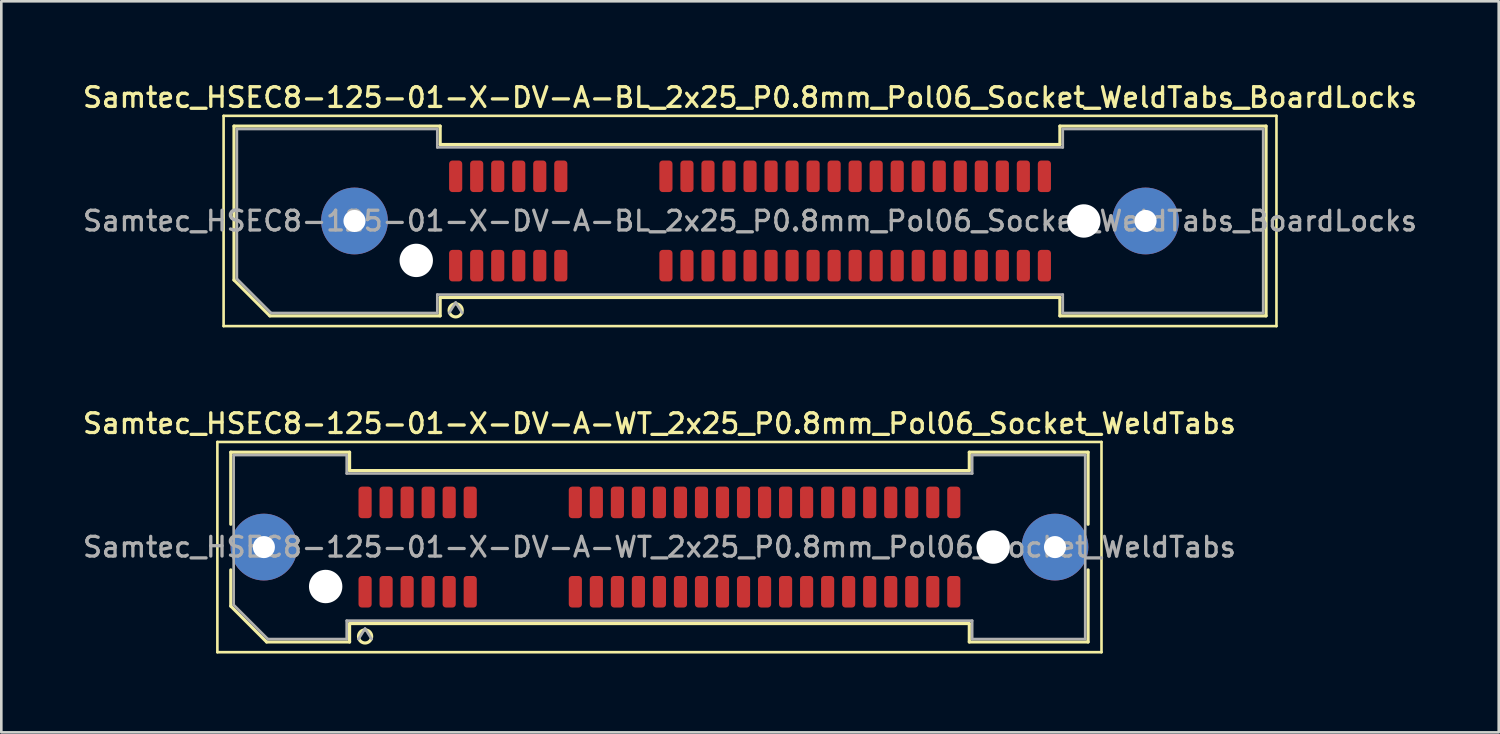
<source format=kicad_pcb>
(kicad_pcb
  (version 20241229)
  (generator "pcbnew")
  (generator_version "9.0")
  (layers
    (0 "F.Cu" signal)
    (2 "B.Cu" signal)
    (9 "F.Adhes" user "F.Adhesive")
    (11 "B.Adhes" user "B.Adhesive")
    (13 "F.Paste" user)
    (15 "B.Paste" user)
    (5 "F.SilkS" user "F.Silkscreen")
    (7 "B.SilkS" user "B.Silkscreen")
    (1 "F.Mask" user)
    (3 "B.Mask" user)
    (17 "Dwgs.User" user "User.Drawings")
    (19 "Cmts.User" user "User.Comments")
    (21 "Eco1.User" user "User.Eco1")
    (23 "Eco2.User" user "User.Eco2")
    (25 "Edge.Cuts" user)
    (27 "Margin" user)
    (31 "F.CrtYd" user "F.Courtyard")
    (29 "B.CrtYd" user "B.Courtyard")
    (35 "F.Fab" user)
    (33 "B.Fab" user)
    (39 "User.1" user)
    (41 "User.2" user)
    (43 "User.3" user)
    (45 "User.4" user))
  (footprint "Samtec_HSEC8-125-01-X-DV-A-BL_2x25_P0.8mm_Pol06_Socket_WeldTabs_BoardLocks"
    (layer "F.Cu")
    (at 25.488 5.358)
    (property "Reference" "Samtec_HSEC8-125-01-X-DV-A-BL_2x25_P0.8mm_Pol06_Socket_WeldTabs_BoardLocks" (at 0 -4.7 0) (layer "F.SilkS") (effects (font (size 0.75 0.75) (thickness 0.125))))
    (attr smd)
    (fp_line (start -20.03 -4) (end -20.03 4) (stroke (width 0.1) (type solid)) (layer "F.SilkS"))
    (fp_line (start -20.03 4) (end 20.03 4) (stroke (width 0.1) (type solid)) (layer "F.SilkS"))
    (fp_line (start -19.635 -3.61) (end -11.79 -3.61) (stroke (width 0.12) (type solid)) (layer "F.SilkS"))
    (fp_line (start -19.635 2.246) (end -19.635 -3.61) (stroke (width 0.12) (type solid)) (layer "F.SilkS"))
    (fp_line (start -18.271 3.61) (end -19.635 2.246) (stroke (width 0.12) (type solid)) (layer "F.SilkS"))
    (fp_line (start -11.79 -3.61) (end -11.79 -2.91) (stroke (width 0.12) (type solid)) (layer "F.SilkS"))
    (fp_line (start -11.79 -2.91) (end 11.79 -2.91) (stroke (width 0.12) (type solid)) (layer "F.SilkS"))
    (fp_line (start -11.79 2.91) (end -11.79 3.61) (stroke (width 0.12) (type solid)) (layer "F.SilkS"))
    (fp_line (start -11.79 3.61) (end -18.271 3.61) (stroke (width 0.12) (type solid)) (layer "F.SilkS"))
    (fp_line (start 11.79 -3.61) (end 19.635 -3.61) (stroke (width 0.12) (type solid)) (layer "F.SilkS"))
    (fp_line (start 11.79 -2.91) (end 11.79 -3.61) (stroke (width 0.12) (type solid)) (layer "F.SilkS"))
    (fp_line (start 11.79 2.91) (end -11.79 2.91) (stroke (width 0.12) (type solid)) (layer "F.SilkS"))
    (fp_line (start 11.79 3.61) (end 11.79 2.91) (stroke (width 0.12) (type solid)) (layer "F.SilkS"))
    (fp_line (start 19.635 -3.61) (end 19.635 3.61) (stroke (width 0.12) (type solid)) (layer "F.SilkS"))
    (fp_line (start 19.635 3.61) (end 11.79 3.61) (stroke (width 0.12) (type solid)) (layer "F.SilkS"))
    (fp_line (start 20.03 -4) (end -20.03 -4) (stroke (width 0.1) (type solid)) (layer "F.SilkS"))
    (fp_line (start 20.03 4) (end 20.03 -4) (stroke (width 0.1) (type solid)) (layer "F.SilkS"))
    (fp_circle (center -11.2 3.4) (end -10.95 3.4) (stroke (width 0.12) (type solid)) (fill no) (layer "F.SilkS"))
    (fp_line (start -19.525 -3.5) (end -11.9 -3.5) (stroke (width 0.1) (type solid)) (layer "F.Fab"))
    (fp_line (start -19.525 2.2) (end -19.525 -3.5) (stroke (width 0.1) (type solid)) (layer "F.Fab"))
    (fp_line (start -18.225 3.5) (end -19.525 2.2) (stroke (width 0.1) (type solid)) (layer "F.Fab"))
    (fp_line (start -11.9 -3.5) (end -11.9 -2.8) (stroke (width 0.1) (type solid)) (layer "F.Fab"))
    (fp_line (start -11.9 -2.8) (end 11.9 -2.8) (stroke (width 0.1) (type solid)) (layer "F.Fab"))
    (fp_line (start -11.9 2.8) (end -11.9 3.5) (stroke (width 0.1) (type solid)) (layer "F.Fab"))
    (fp_line (start -11.9 3.5) (end -18.225 3.5) (stroke (width 0.1) (type solid)) (layer "F.Fab"))
    (fp_line (start -11.2 3.1) (end -11.45 3.5) (stroke (width 0.1) (type solid)) (layer "F.Fab"))
    (fp_line (start -11.2 3.1) (end -10.95 3.5) (stroke (width 0.1) (type solid)) (layer "F.Fab"))
    (fp_line (start 11.9 -3.5) (end 19.525 -3.5) (stroke (width 0.1) (type solid)) (layer "F.Fab"))
    (fp_line (start 11.9 -2.8) (end 11.9 -3.5) (stroke (width 0.1) (type solid)) (layer "F.Fab"))
    (fp_line (start 11.9 2.8) (end -11.9 2.8) (stroke (width 0.1) (type solid)) (layer "F.Fab"))
    (fp_line (start 11.9 3.5) (end 11.9 2.8) (stroke (width 0.1) (type solid)) (layer "F.Fab"))
    (fp_line (start 19.525 -3.5) (end 19.525 3.5) (stroke (width 0.1) (type solid)) (layer "F.Fab"))
    (fp_line (start 19.525 3.5) (end 11.9 3.5) (stroke (width 0.1) (type solid)) (layer "F.Fab"))
    (fp_text user "${REFERENCE}" (at 0 0 0) (layer "F.Fab") (effects (font (size 0.75 0.75) (thickness 0.125))))
    (pad "" thru_hole circle (at -15.05 0) (size 2.54 2.54) (drill 0.84) (layers "*.Cu" "*.Mask" "F.Paste"))
    (pad "" np_thru_hole circle (at -12.7 1.5) (size 1.27 1.27) (drill 1.27) (layers "*.Cu" "*.Mask"))
    (pad "" np_thru_hole circle (at 12.7 0) (size 1.27 1.27) (drill 1.27) (layers "*.Cu" "*.Mask"))
    (pad "" thru_hole circle (at 15.05 0) (size 2.54 2.54) (drill 0.84) (layers "*.Cu" "*.Mask" "F.Paste"))
    (pad "1" smd roundrect (at -11.2 1.7) (size 0.5 1.2) (layers "F.Cu" "F.Mask" "F.Paste") (roundrect_rratio 0.25))
    (pad "2" smd roundrect (at -11.2 -1.7) (size 0.5 1.2) (layers "F.Cu" "F.Mask" "F.Paste") (roundrect_rratio 0.25))
    (pad "3" smd roundrect (at -10.4 1.7) (size 0.5 1.2) (layers "F.Cu" "F.Mask" "F.Paste") (roundrect_rratio 0.25))
    (pad "4" smd roundrect (at -10.4 -1.7) (size 0.5 1.2) (layers "F.Cu" "F.Mask" "F.Paste") (roundrect_rratio 0.25))
    (pad "5" smd roundrect (at -9.6 1.7) (size 0.5 1.2) (layers "F.Cu" "F.Mask" "F.Paste") (roundrect_rratio 0.25))
    (pad "6" smd roundrect (at -9.6 -1.7) (size 0.5 1.2) (layers "F.Cu" "F.Mask" "F.Paste") (roundrect_rratio 0.25))
    (pad "7" smd roundrect (at -8.8 1.7) (size 0.5 1.2) (layers "F.Cu" "F.Mask" "F.Paste") (roundrect_rratio 0.25))
    (pad "8" smd roundrect (at -8.8 -1.7) (size 0.5 1.2) (layers "F.Cu" "F.Mask" "F.Paste") (roundrect_rratio 0.25))
    (pad "9" smd roundrect (at -8 1.7) (size 0.5 1.2) (layers "F.Cu" "F.Mask" "F.Paste") (roundrect_rratio 0.25))
    (pad "10" smd roundrect (at -8 -1.7) (size 0.5 1.2) (layers "F.Cu" "F.Mask" "F.Paste") (roundrect_rratio 0.25))
    (pad "11" smd roundrect (at -7.2 1.7) (size 0.5 1.2) (layers "F.Cu" "F.Mask" "F.Paste") (roundrect_rratio 0.25))
    (pad "12" smd roundrect (at -7.2 -1.7) (size 0.5 1.2) (layers "F.Cu" "F.Mask" "F.Paste") (roundrect_rratio 0.25))
    (pad "13" smd roundrect (at -3.2 1.7) (size 0.5 1.2) (layers "F.Cu" "F.Mask" "F.Paste") (roundrect_rratio 0.25))
    (pad "14" smd roundrect (at -3.2 -1.7) (size 0.5 1.2) (layers "F.Cu" "F.Mask" "F.Paste") (roundrect_rratio 0.25))
    (pad "15" smd roundrect (at -2.4 1.7) (size 0.5 1.2) (layers "F.Cu" "F.Mask" "F.Paste") (roundrect_rratio 0.25))
    (pad "16" smd roundrect (at -2.4 -1.7) (size 0.5 1.2) (layers "F.Cu" "F.Mask" "F.Paste") (roundrect_rratio 0.25))
    (pad "17" smd roundrect (at -1.6 1.7) (size 0.5 1.2) (layers "F.Cu" "F.Mask" "F.Paste") (roundrect_rratio 0.25))
    (pad "18" smd roundrect (at -1.6 -1.7) (size 0.5 1.2) (layers "F.Cu" "F.Mask" "F.Paste") (roundrect_rratio 0.25))
    (pad "19" smd roundrect (at -0.8 1.7) (size 0.5 1.2) (layers "F.Cu" "F.Mask" "F.Paste") (roundrect_rratio 0.25))
    (pad "20" smd roundrect (at -0.8 -1.7) (size 0.5 1.2) (layers "F.Cu" "F.Mask" "F.Paste") (roundrect_rratio 0.25))
    (pad "21" smd roundrect (at 0 1.7) (size 0.5 1.2) (layers "F.Cu" "F.Mask" "F.Paste") (roundrect_rratio 0.25))
    (pad "22" smd roundrect (at 0 -1.7) (size 0.5 1.2) (layers "F.Cu" "F.Mask" "F.Paste") (roundrect_rratio 0.25))
    (pad "23" smd roundrect (at 0.8 1.7) (size 0.5 1.2) (layers "F.Cu" "F.Mask" "F.Paste") (roundrect_rratio 0.25))
    (pad "24" smd roundrect (at 0.8 -1.7) (size 0.5 1.2) (layers "F.Cu" "F.Mask" "F.Paste") (roundrect_rratio 0.25))
    (pad "25" smd roundrect (at 1.6 1.7) (size 0.5 1.2) (layers "F.Cu" "F.Mask" "F.Paste") (roundrect_rratio 0.25))
    (pad "26" smd roundrect (at 1.6 -1.7) (size 0.5 1.2) (layers "F.Cu" "F.Mask" "F.Paste") (roundrect_rratio 0.25))
    (pad "27" smd roundrect (at 2.4 1.7) (size 0.5 1.2) (layers "F.Cu" "F.Mask" "F.Paste") (roundrect_rratio 0.25))
    (pad "28" smd roundrect (at 2.4 -1.7) (size 0.5 1.2) (layers "F.Cu" "F.Mask" "F.Paste") (roundrect_rratio 0.25))
    (pad "29" smd roundrect (at 3.2 1.7) (size 0.5 1.2) (layers "F.Cu" "F.Mask" "F.Paste") (roundrect_rratio 0.25))
    (pad "30" smd roundrect (at 3.2 -1.7) (size 0.5 1.2) (layers "F.Cu" "F.Mask" "F.Paste") (roundrect_rratio 0.25))
    (pad "31" smd roundrect (at 4 1.7) (size 0.5 1.2) (layers "F.Cu" "F.Mask" "F.Paste") (roundrect_rratio 0.25))
    (pad "32" smd roundrect (at 4 -1.7) (size 0.5 1.2) (layers "F.Cu" "F.Mask" "F.Paste") (roundrect_rratio 0.25))
    (pad "33" smd roundrect (at 4.8 1.7) (size 0.5 1.2) (layers "F.Cu" "F.Mask" "F.Paste") (roundrect_rratio 0.25))
    (pad "34" smd roundrect (at 4.8 -1.7) (size 0.5 1.2) (layers "F.Cu" "F.Mask" "F.Paste") (roundrect_rratio 0.25))
    (pad "35" smd roundrect (at 5.6 1.7) (size 0.5 1.2) (layers "F.Cu" "F.Mask" "F.Paste") (roundrect_rratio 0.25))
    (pad "36" smd roundrect (at 5.6 -1.7) (size 0.5 1.2) (layers "F.Cu" "F.Mask" "F.Paste") (roundrect_rratio 0.25))
    (pad "37" smd roundrect (at 6.4 1.7) (size 0.5 1.2) (layers "F.Cu" "F.Mask" "F.Paste") (roundrect_rratio 0.25))
    (pad "38" smd roundrect (at 6.4 -1.7) (size 0.5 1.2) (layers "F.Cu" "F.Mask" "F.Paste") (roundrect_rratio 0.25))
    (pad "39" smd roundrect (at 7.2 1.7) (size 0.5 1.2) (layers "F.Cu" "F.Mask" "F.Paste") (roundrect_rratio 0.25))
    (pad "40" smd roundrect (at 7.2 -1.7) (size 0.5 1.2) (layers "F.Cu" "F.Mask" "F.Paste") (roundrect_rratio 0.25))
    (pad "41" smd roundrect (at 8 1.7) (size 0.5 1.2) (layers "F.Cu" "F.Mask" "F.Paste") (roundrect_rratio 0.25))
    (pad "42" smd roundrect (at 8 -1.7) (size 0.5 1.2) (layers "F.Cu" "F.Mask" "F.Paste") (roundrect_rratio 0.25))
    (pad "43" smd roundrect (at 8.8 1.7) (size 0.5 1.2) (layers "F.Cu" "F.Mask" "F.Paste") (roundrect_rratio 0.25))
    (pad "44" smd roundrect (at 8.8 -1.7) (size 0.5 1.2) (layers "F.Cu" "F.Mask" "F.Paste") (roundrect_rratio 0.25))
    (pad "45" smd roundrect (at 9.6 1.7) (size 0.5 1.2) (layers "F.Cu" "F.Mask" "F.Paste") (roundrect_rratio 0.25))
    (pad "46" smd roundrect (at 9.6 -1.7) (size 0.5 1.2) (layers "F.Cu" "F.Mask" "F.Paste") (roundrect_rratio 0.25))
    (pad "47" smd roundrect (at 10.4 1.7) (size 0.5 1.2) (layers "F.Cu" "F.Mask" "F.Paste") (roundrect_rratio 0.25))
    (pad "48" smd roundrect (at 10.4 -1.7) (size 0.5 1.2) (layers "F.Cu" "F.Mask" "F.Paste") (roundrect_rratio 0.25))
    (pad "49" smd roundrect (at 11.2 1.7) (size 0.5 1.2) (layers "F.Cu" "F.Mask" "F.Paste") (roundrect_rratio 0.25))
    (pad "50" smd roundrect (at 11.2 -1.7) (size 0.5 1.2) (layers "F.Cu" "F.Mask" "F.Paste") (roundrect_rratio 0.25)))
  (footprint "Samtec_HSEC8-125-01-X-DV-A-WT_2x25_P0.8mm_Pol06_Socket_WeldTabs"
    (layer "F.Cu")
    (at 22.041 17.766)
    (property "Reference" "Samtec_HSEC8-125-01-X-DV-A-WT_2x25_P0.8mm_Pol06_Socket_WeldTabs" (at 0 -4.7 0) (layer "F.SilkS") (effects (font (size 0.75 0.75) (thickness 0.125))))
    (attr smd)
    (fp_line (start -16.82 -4) (end -16.82 4) (stroke (width 0.1) (type solid)) (layer "F.SilkS"))
    (fp_line (start -16.82 4) (end 16.82 4) (stroke (width 0.1) (type solid)) (layer "F.SilkS"))
    (fp_line (start -16.31 -3.61) (end -11.79 -3.61) (stroke (width 0.12) (type solid)) (layer "F.SilkS"))
    (fp_line (start -16.31 -0.868) (end -16.31 -3.61) (stroke (width 0.12) (type solid)) (layer "F.SilkS"))
    (fp_line (start -16.31 2.246) (end -16.31 0.868) (stroke (width 0.12) (type solid)) (layer "F.SilkS"))
    (fp_line (start -14.946 3.61) (end -16.31 2.246) (stroke (width 0.12) (type solid)) (layer "F.SilkS"))
    (fp_line (start -11.79 -3.61) (end -11.79 -2.91) (stroke (width 0.12) (type solid)) (layer "F.SilkS"))
    (fp_line (start -11.79 -2.91) (end 11.79 -2.91) (stroke (width 0.12) (type solid)) (layer "F.SilkS"))
    (fp_line (start -11.79 2.91) (end -11.79 3.61) (stroke (width 0.12) (type solid)) (layer "F.SilkS"))
    (fp_line (start -11.79 3.61) (end -14.946 3.61) (stroke (width 0.12) (type solid)) (layer "F.SilkS"))
    (fp_line (start 11.79 -3.61) (end 16.31 -3.61) (stroke (width 0.12) (type solid)) (layer "F.SilkS"))
    (fp_line (start 11.79 -2.91) (end 11.79 -3.61) (stroke (width 0.12) (type solid)) (layer "F.SilkS"))
    (fp_line (start 11.79 2.91) (end -11.79 2.91) (stroke (width 0.12) (type solid)) (layer "F.SilkS"))
    (fp_line (start 11.79 3.61) (end 11.79 2.91) (stroke (width 0.12) (type solid)) (layer "F.SilkS"))
    (fp_line (start 16.31 -3.61) (end 16.31 -0.868) (stroke (width 0.12) (type solid)) (layer "F.SilkS"))
    (fp_line (start 16.31 0.868) (end 16.31 3.61) (stroke (width 0.12) (type solid)) (layer "F.SilkS"))
    (fp_line (start 16.31 3.61) (end 11.79 3.61) (stroke (width 0.12) (type solid)) (layer "F.SilkS"))
    (fp_line (start 16.82 -4) (end -16.82 -4) (stroke (width 0.1) (type solid)) (layer "F.SilkS"))
    (fp_line (start 16.82 4) (end 16.82 -4) (stroke (width 0.1) (type solid)) (layer "F.SilkS"))
    (fp_arc (start -10.95 3.4) (mid -11.45 3.4) (end -10.95 3.4) (stroke (width 0.12) (type solid)) (layer "F.SilkS"))
    (fp_line (start -16.2 -3.5) (end -11.9 -3.5) (stroke (width 0.1) (type solid)) (layer "F.Fab"))
    (fp_line (start -16.2 2.2) (end -16.2 -3.5) (stroke (width 0.1) (type solid)) (layer "F.Fab"))
    (fp_line (start -14.9 3.5) (end -16.2 2.2) (stroke (width 0.1) (type solid)) (layer "F.Fab"))
    (fp_line (start -11.9 -3.5) (end -11.9 -2.8) (stroke (width 0.1) (type solid)) (layer "F.Fab"))
    (fp_line (start -11.9 -2.8) (end 11.9 -2.8) (stroke (width 0.1) (type solid)) (layer "F.Fab"))
    (fp_line (start -11.9 2.8) (end -11.9 3.5) (stroke (width 0.1) (type solid)) (layer "F.Fab"))
    (fp_line (start -11.9 3.5) (end -14.9 3.5) (stroke (width 0.1) (type solid)) (layer "F.Fab"))
    (fp_line (start -11.2 3.1) (end -11.45 3.5) (stroke (width 0.1) (type solid)) (layer "F.Fab"))
    (fp_line (start -11.2 3.1) (end -10.95 3.5) (stroke (width 0.1) (type solid)) (layer "F.Fab"))
    (fp_line (start 11.9 -3.5) (end 16.2 -3.5) (stroke (width 0.1) (type solid)) (layer "F.Fab"))
    (fp_line (start 11.9 -2.8) (end 11.9 -3.5) (stroke (width 0.1) (type solid)) (layer "F.Fab"))
    (fp_line (start 11.9 2.8) (end -11.9 2.8) (stroke (width 0.1) (type solid)) (layer "F.Fab"))
    (fp_line (start 11.9 3.5) (end 11.9 2.8) (stroke (width 0.1) (type solid)) (layer "F.Fab"))
    (fp_line (start 16.2 -3.5) (end 16.2 3.5) (stroke (width 0.1) (type solid)) (layer "F.Fab"))
    (fp_line (start 16.2 3.5) (end 11.9 3.5) (stroke (width 0.1) (type solid)) (layer "F.Fab"))
    (fp_text user "${REFERENCE}" (at 0 0 0) (layer "F.Fab") (effects (font (size 0.75 0.75) (thickness 0.125))))
    (pad "" thru_hole circle (at -15.05 0) (size 2.54 2.54) (drill 0.84) (layers "*.Cu" "*.Mask" "F.Paste"))
    (pad "" np_thru_hole circle (at -12.7 1.5) (size 1.27 1.27) (drill 1.27) (layers "*.Cu" "*.Mask"))
    (pad "" np_thru_hole circle (at 12.7 0) (size 1.27 1.27) (drill 1.27) (layers "*.Cu" "*.Mask"))
    (pad "" thru_hole circle (at 15.05 0) (size 2.54 2.54) (drill 0.84) (layers "*.Cu" "*.Mask" "F.Paste"))
    (pad "1" smd roundrect (at -11.2 1.7) (size 0.5 1.2) (layers "F.Cu" "F.Mask" "F.Paste") (roundrect_rratio 0.25))
    (pad "2" smd roundrect (at -11.2 -1.7) (size 0.5 1.2) (layers "F.Cu" "F.Mask" "F.Paste") (roundrect_rratio 0.25))
    (pad "3" smd roundrect (at -10.4 1.7) (size 0.5 1.2) (layers "F.Cu" "F.Mask" "F.Paste") (roundrect_rratio 0.25))
    (pad "4" smd roundrect (at -10.4 -1.7) (size 0.5 1.2) (layers "F.Cu" "F.Mask" "F.Paste") (roundrect_rratio 0.25))
    (pad "5" smd roundrect (at -9.6 1.7) (size 0.5 1.2) (layers "F.Cu" "F.Mask" "F.Paste") (roundrect_rratio 0.25))
    (pad "6" smd roundrect (at -9.6 -1.7) (size 0.5 1.2) (layers "F.Cu" "F.Mask" "F.Paste") (roundrect_rratio 0.25))
    (pad "7" smd roundrect (at -8.8 1.7) (size 0.5 1.2) (layers "F.Cu" "F.Mask" "F.Paste") (roundrect_rratio 0.25))
    (pad "8" smd roundrect (at -8.8 -1.7) (size 0.5 1.2) (layers "F.Cu" "F.Mask" "F.Paste") (roundrect_rratio 0.25))
    (pad "9" smd roundrect (at -8 1.7) (size 0.5 1.2) (layers "F.Cu" "F.Mask" "F.Paste") (roundrect_rratio 0.25))
    (pad "10" smd roundrect (at -8 -1.7) (size 0.5 1.2) (layers "F.Cu" "F.Mask" "F.Paste") (roundrect_rratio 0.25))
    (pad "11" smd roundrect (at -7.2 1.7) (size 0.5 1.2) (layers "F.Cu" "F.Mask" "F.Paste") (roundrect_rratio 0.25))
    (pad "12" smd roundrect (at -7.2 -1.7) (size 0.5 1.2) (layers "F.Cu" "F.Mask" "F.Paste") (roundrect_rratio 0.25))
    (pad "13" smd roundrect (at -3.2 1.7) (size 0.5 1.2) (layers "F.Cu" "F.Mask" "F.Paste") (roundrect_rratio 0.25))
    (pad "14" smd roundrect (at -3.2 -1.7) (size 0.5 1.2) (layers "F.Cu" "F.Mask" "F.Paste") (roundrect_rratio 0.25))
    (pad "15" smd roundrect (at -2.4 1.7) (size 0.5 1.2) (layers "F.Cu" "F.Mask" "F.Paste") (roundrect_rratio 0.25))
    (pad "16" smd roundrect (at -2.4 -1.7) (size 0.5 1.2) (layers "F.Cu" "F.Mask" "F.Paste") (roundrect_rratio 0.25))
    (pad "17" smd roundrect (at -1.6 1.7) (size 0.5 1.2) (layers "F.Cu" "F.Mask" "F.Paste") (roundrect_rratio 0.25))
    (pad "18" smd roundrect (at -1.6 -1.7) (size 0.5 1.2) (layers "F.Cu" "F.Mask" "F.Paste") (roundrect_rratio 0.25))
    (pad "19" smd roundrect (at -0.8 1.7) (size 0.5 1.2) (layers "F.Cu" "F.Mask" "F.Paste") (roundrect_rratio 0.25))
    (pad "20" smd roundrect (at -0.8 -1.7) (size 0.5 1.2) (layers "F.Cu" "F.Mask" "F.Paste") (roundrect_rratio 0.25))
    (pad "21" smd roundrect (at 0 1.7) (size 0.5 1.2) (layers "F.Cu" "F.Mask" "F.Paste") (roundrect_rratio 0.25))
    (pad "22" smd roundrect (at 0 -1.7) (size 0.5 1.2) (layers "F.Cu" "F.Mask" "F.Paste") (roundrect_rratio 0.25))
    (pad "23" smd roundrect (at 0.8 1.7) (size 0.5 1.2) (layers "F.Cu" "F.Mask" "F.Paste") (roundrect_rratio 0.25))
    (pad "24" smd roundrect (at 0.8 -1.7) (size 0.5 1.2) (layers "F.Cu" "F.Mask" "F.Paste") (roundrect_rratio 0.25))
    (pad "25" smd roundrect (at 1.6 1.7) (size 0.5 1.2) (layers "F.Cu" "F.Mask" "F.Paste") (roundrect_rratio 0.25))
    (pad "26" smd roundrect (at 1.6 -1.7) (size 0.5 1.2) (layers "F.Cu" "F.Mask" "F.Paste") (roundrect_rratio 0.25))
    (pad "27" smd roundrect (at 2.4 1.7) (size 0.5 1.2) (layers "F.Cu" "F.Mask" "F.Paste") (roundrect_rratio 0.25))
    (pad "28" smd roundrect (at 2.4 -1.7) (size 0.5 1.2) (layers "F.Cu" "F.Mask" "F.Paste") (roundrect_rratio 0.25))
    (pad "29" smd roundrect (at 3.2 1.7) (size 0.5 1.2) (layers "F.Cu" "F.Mask" "F.Paste") (roundrect_rratio 0.25))
    (pad "30" smd roundrect (at 3.2 -1.7) (size 0.5 1.2) (layers "F.Cu" "F.Mask" "F.Paste") (roundrect_rratio 0.25))
    (pad "31" smd roundrect (at 4 1.7) (size 0.5 1.2) (layers "F.Cu" "F.Mask" "F.Paste") (roundrect_rratio 0.25))
    (pad "32" smd roundrect (at 4 -1.7) (size 0.5 1.2) (layers "F.Cu" "F.Mask" "F.Paste") (roundrect_rratio 0.25))
    (pad "33" smd roundrect (at 4.8 1.7) (size 0.5 1.2) (layers "F.Cu" "F.Mask" "F.Paste") (roundrect_rratio 0.25))
    (pad "34" smd roundrect (at 4.8 -1.7) (size 0.5 1.2) (layers "F.Cu" "F.Mask" "F.Paste") (roundrect_rratio 0.25))
    (pad "35" smd roundrect (at 5.6 1.7) (size 0.5 1.2) (layers "F.Cu" "F.Mask" "F.Paste") (roundrect_rratio 0.25))
    (pad "36" smd roundrect (at 5.6 -1.7) (size 0.5 1.2) (layers "F.Cu" "F.Mask" "F.Paste") (roundrect_rratio 0.25))
    (pad "37" smd roundrect (at 6.4 1.7) (size 0.5 1.2) (layers "F.Cu" "F.Mask" "F.Paste") (roundrect_rratio 0.25))
    (pad "38" smd roundrect (at 6.4 -1.7) (size 0.5 1.2) (layers "F.Cu" "F.Mask" "F.Paste") (roundrect_rratio 0.25))
    (pad "39" smd roundrect (at 7.2 1.7) (size 0.5 1.2) (layers "F.Cu" "F.Mask" "F.Paste") (roundrect_rratio 0.25))
    (pad "40" smd roundrect (at 7.2 -1.7) (size 0.5 1.2) (layers "F.Cu" "F.Mask" "F.Paste") (roundrect_rratio 0.25))
    (pad "41" smd roundrect (at 8 1.7) (size 0.5 1.2) (layers "F.Cu" "F.Mask" "F.Paste") (roundrect_rratio 0.25))
    (pad "42" smd roundrect (at 8 -1.7) (size 0.5 1.2) (layers "F.Cu" "F.Mask" "F.Paste") (roundrect_rratio 0.25))
    (pad "43" smd roundrect (at 8.8 1.7) (size 0.5 1.2) (layers "F.Cu" "F.Mask" "F.Paste") (roundrect_rratio 0.25))
    (pad "44" smd roundrect (at 8.8 -1.7) (size 0.5 1.2) (layers "F.Cu" "F.Mask" "F.Paste") (roundrect_rratio 0.25))
    (pad "45" smd roundrect (at 9.6 1.7) (size 0.5 1.2) (layers "F.Cu" "F.Mask" "F.Paste") (roundrect_rratio 0.25))
    (pad "46" smd roundrect (at 9.6 -1.7) (size 0.5 1.2) (layers "F.Cu" "F.Mask" "F.Paste") (roundrect_rratio 0.25))
    (pad "47" smd roundrect (at 10.4 1.7) (size 0.5 1.2) (layers "F.Cu" "F.Mask" "F.Paste") (roundrect_rratio 0.25))
    (pad "48" smd roundrect (at 10.4 -1.7) (size 0.5 1.2) (layers "F.Cu" "F.Mask" "F.Paste") (roundrect_rratio 0.25))
    (pad "49" smd roundrect (at 11.2 1.7) (size 0.5 1.2) (layers "F.Cu" "F.Mask" "F.Paste") (roundrect_rratio 0.25))
    (pad "50" smd roundrect (at 11.2 -1.7) (size 0.5 1.2) (layers "F.Cu" "F.Mask" "F.Paste") (roundrect_rratio 0.25)))
  (gr_rect
    (start -3 -3)
    (end 53.975 24.816)
    (stroke (width 0.1) (type default))
    (fill no)
    (layer "Edge.Cuts")))
</source>
